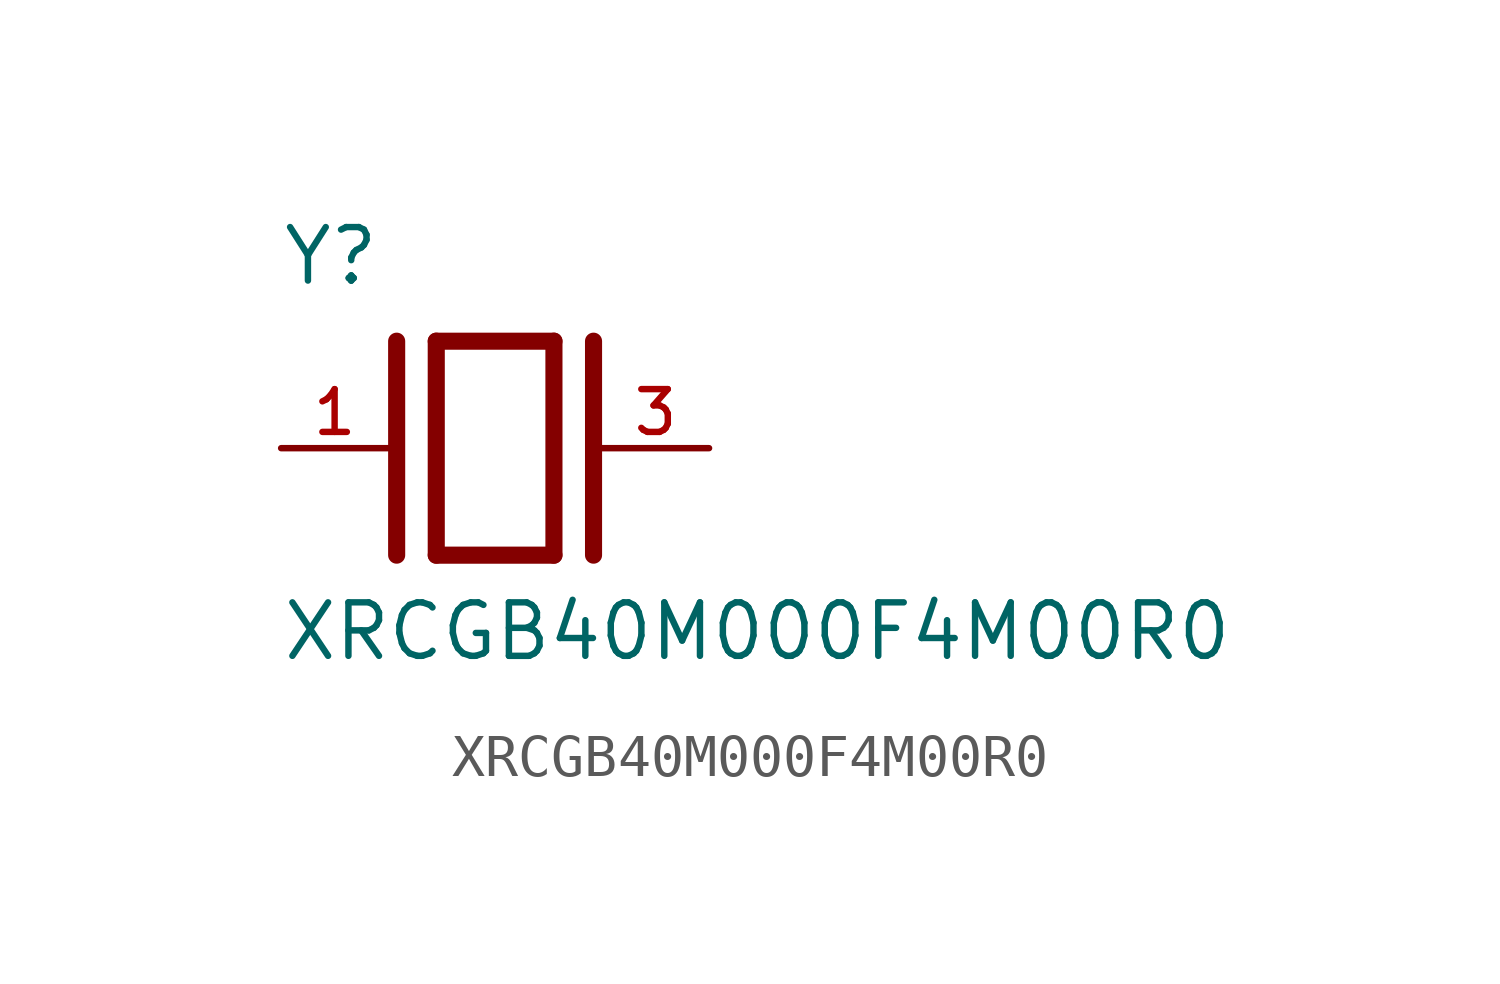
<source format=kicad_sym>
(kicad_symbol_lib
  (version 20211014)
  (generator kicad_symbol_editor)
  (symbol "XRCGB40M000F4M00R0"
    (pin_names
      (offset 1.016))
    (property "Reference" "Y"
      (at -5.088 3.816 0)
      (effects (font (size 1.27 1.27)) (justify bottom left)))
    (property "Value" "XRCGB40M000F4M00R0"
      (at -5.094 -5.094 0)
      (effects (font (size 1.27 1.27)) (justify bottom left)))
    (symbol "XRCGB40M000F4M00R0_0_0"
      (polyline (pts (xy -1.397 2.54) (xy 1.397 2.54)) (stroke (width 0.406)))
      (polyline (pts (xy 1.397 2.54) (xy 1.397 -2.54)) (stroke (width 0.406)))
      (polyline (pts (xy 1.397 -2.54) (xy -1.397 -2.54)) (stroke (width 0.406)))
      (polyline (pts (xy -1.397 2.54) (xy -1.397 -2.54)) (stroke (width 0.406)))
      (polyline (pts (xy 2.337 2.54) (xy 2.337 -2.54)) (stroke (width 0.406)))
      (polyline (pts (xy -2.337 2.54) (xy -2.337 -2.54)) (stroke (width 0.406)))
      (pin passive line (at 5.08 0.0 180.0) (length 2.54) (name "~" (effects (font (size 1.016 1.016)))) (number "3" (effects (font (size 1.016 1.016)))))
      (pin passive line (at -5.08 0.0 0) (length 2.54) (name "~" (effects (font (size 1.016 1.016)))) (number "1" (effects (font (size 1.016 1.016))))))))
</source>
